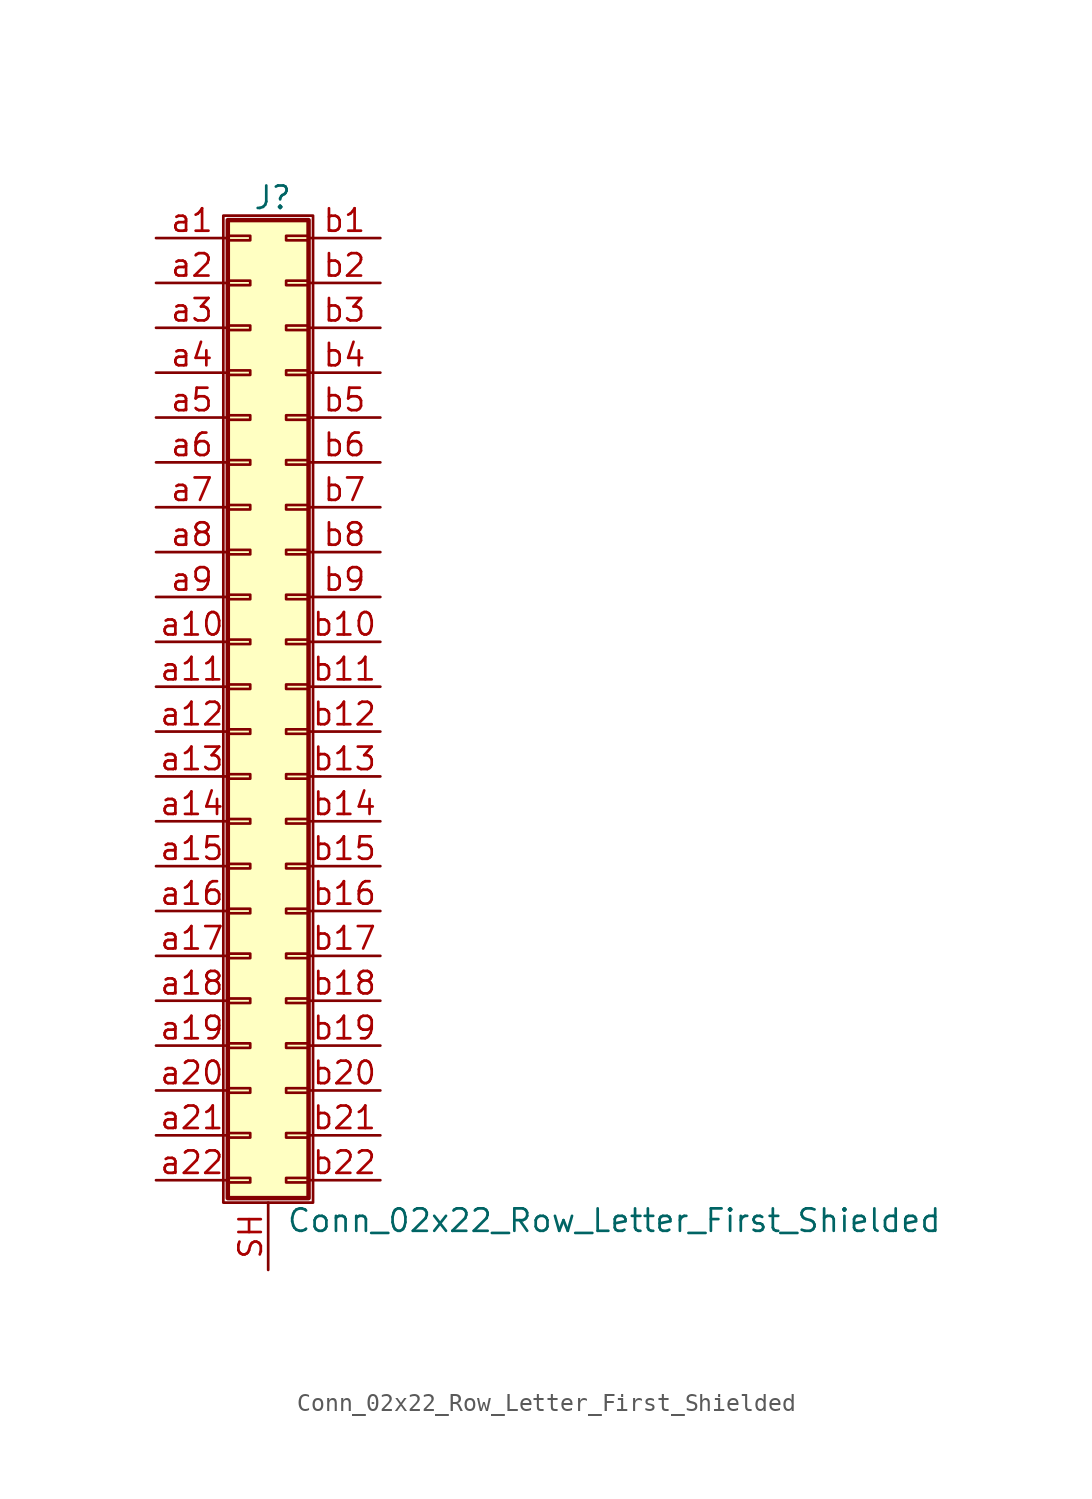
<source format=kicad_sym>
(kicad_symbol_lib
  (version 20211014)
  (generator kicad_symbol_editor)
  (symbol "Conn_02x22_Row_Letter_First_Shielded"
    (pin_names
      (offset 1.016) hide)
    (property "Reference" "J"
      (at 1.524 27.686 0)
      (effects (font (size 1.27 1.27))))
    (property "Value" "Conn_02x22_Row_Letter_First_Shielded"
      (at 2.286 -30.226 0)
      (effects (font (size 1.27 1.27)) (justify left)))
    (symbol "Conn_02x22_Row_Letter_First_Shielded_1_1"
      (rectangle (start -1.27 26.67) (end 3.81 -29.21) (stroke (width 0.152) (type default) (color 0 0 0 0)) (fill (type none)))
      (rectangle (start -1.016 -27.813) (end 0.254 -28.067) (stroke (width 0.152) (type default) (color 0 0 0 0)) (fill (type none)))
      (rectangle (start -1.016 -25.273) (end 0.254 -25.527) (stroke (width 0.152) (type default) (color 0 0 0 0)) (fill (type none)))
      (rectangle (start -1.016 -22.733) (end 0.254 -22.987) (stroke (width 0.152) (type default) (color 0 0 0 0)) (fill (type none)))
      (rectangle (start -1.016 -20.193) (end 0.254 -20.447) (stroke (width 0.152) (type default) (color 0 0 0 0)) (fill (type none)))
      (rectangle (start -1.016 -17.653) (end 0.254 -17.907) (stroke (width 0.152) (type default) (color 0 0 0 0)) (fill (type none)))
      (rectangle (start -1.016 -15.113) (end 0.254 -15.367) (stroke (width 0.152) (type default) (color 0 0 0 0)) (fill (type none)))
      (rectangle (start -1.016 -12.573) (end 0.254 -12.827) (stroke (width 0.152) (type default) (color 0 0 0 0)) (fill (type none)))
      (rectangle (start -1.016 -10.033) (end 0.254 -10.287) (stroke (width 0.152) (type default) (color 0 0 0 0)) (fill (type none)))
      (rectangle (start -1.016 -7.493) (end 0.254 -7.747) (stroke (width 0.152) (type default) (color 0 0 0 0)) (fill (type none)))
      (rectangle (start -1.016 -4.953) (end 0.254 -5.207) (stroke (width 0.152) (type default) (color 0 0 0 0)) (fill (type none)))
      (rectangle (start -1.016 -2.413) (end 0.254 -2.667) (stroke (width 0.152) (type default) (color 0 0 0 0)) (fill (type none)))
      (rectangle (start -1.016 0.127) (end 0.254 -0.127) (stroke (width 0.152) (type default) (color 0 0 0 0)) (fill (type none)))
      (rectangle (start -1.016 2.667) (end 0.254 2.413) (stroke (width 0.152) (type default) (color 0 0 0 0)) (fill (type none)))
      (rectangle (start -1.016 5.207) (end 0.254 4.953) (stroke (width 0.152) (type default) (color 0 0 0 0)) (fill (type none)))
      (rectangle (start -1.016 7.747) (end 0.254 7.493) (stroke (width 0.152) (type default) (color 0 0 0 0)) (fill (type none)))
      (rectangle (start -1.016 10.287) (end 0.254 10.033) (stroke (width 0.152) (type default) (color 0 0 0 0)) (fill (type none)))
      (rectangle (start -1.016 12.827) (end 0.254 12.573) (stroke (width 0.152) (type default) (color 0 0 0 0)) (fill (type none)))
      (rectangle (start -1.016 15.367) (end 0.254 15.113) (stroke (width 0.152) (type default) (color 0 0 0 0)) (fill (type none)))
      (rectangle (start -1.016 17.907) (end 0.254 17.653) (stroke (width 0.152) (type default) (color 0 0 0 0)) (fill (type none)))
      (rectangle (start -1.016 20.447) (end 0.254 20.193) (stroke (width 0.152) (type default) (color 0 0 0 0)) (fill (type none)))
      (rectangle (start -1.016 22.987) (end 0.254 22.733) (stroke (width 0.152) (type default) (color 0 0 0 0)) (fill (type none)))
      (rectangle (start -1.016 25.527) (end 0.254 25.273) (stroke (width 0.152) (type default) (color 0 0 0 0)) (fill (type none)))
      (rectangle (start -1.016 26.416) (end 3.556 -28.956) (stroke (width 0.254) (type default) (color 0 0 0 0)) (fill (type background)))
      (rectangle (start 3.556 -27.813) (end 2.286 -28.067) (stroke (width 0.152) (type default) (color 0 0 0 0)) (fill (type none)))
      (rectangle (start 3.556 -25.273) (end 2.286 -25.527) (stroke (width 0.152) (type default) (color 0 0 0 0)) (fill (type none)))
      (rectangle (start 3.556 -22.733) (end 2.286 -22.987) (stroke (width 0.152) (type default) (color 0 0 0 0)) (fill (type none)))
      (rectangle (start 3.556 -20.193) (end 2.286 -20.447) (stroke (width 0.152) (type default) (color 0 0 0 0)) (fill (type none)))
      (rectangle (start 3.556 -17.653) (end 2.286 -17.907) (stroke (width 0.152) (type default) (color 0 0 0 0)) (fill (type none)))
      (rectangle (start 3.556 -15.113) (end 2.286 -15.367) (stroke (width 0.152) (type default) (color 0 0 0 0)) (fill (type none)))
      (rectangle (start 3.556 -12.573) (end 2.286 -12.827) (stroke (width 0.152) (type default) (color 0 0 0 0)) (fill (type none)))
      (rectangle (start 3.556 -10.033) (end 2.286 -10.287) (stroke (width 0.152) (type default) (color 0 0 0 0)) (fill (type none)))
      (rectangle (start 3.556 -7.493) (end 2.286 -7.747) (stroke (width 0.152) (type default) (color 0 0 0 0)) (fill (type none)))
      (rectangle (start 3.556 -4.953) (end 2.286 -5.207) (stroke (width 0.152) (type default) (color 0 0 0 0)) (fill (type none)))
      (rectangle (start 3.556 -2.413) (end 2.286 -2.667) (stroke (width 0.152) (type default) (color 0 0 0 0)) (fill (type none)))
      (rectangle (start 3.556 0.127) (end 2.286 -0.127) (stroke (width 0.152) (type default) (color 0 0 0 0)) (fill (type none)))
      (rectangle (start 3.556 2.667) (end 2.286 2.413) (stroke (width 0.152) (type default) (color 0 0 0 0)) (fill (type none)))
      (rectangle (start 3.556 5.207) (end 2.286 4.953) (stroke (width 0.152) (type default) (color 0 0 0 0)) (fill (type none)))
      (rectangle (start 3.556 7.747) (end 2.286 7.493) (stroke (width 0.152) (type default) (color 0 0 0 0)) (fill (type none)))
      (rectangle (start 3.556 10.287) (end 2.286 10.033) (stroke (width 0.152) (type default) (color 0 0 0 0)) (fill (type none)))
      (rectangle (start 3.556 12.827) (end 2.286 12.573) (stroke (width 0.152) (type default) (color 0 0 0 0)) (fill (type none)))
      (rectangle (start 3.556 15.367) (end 2.286 15.113) (stroke (width 0.152) (type default) (color 0 0 0 0)) (fill (type none)))
      (rectangle (start 3.556 17.907) (end 2.286 17.653) (stroke (width 0.152) (type default) (color 0 0 0 0)) (fill (type none)))
      (rectangle (start 3.556 20.447) (end 2.286 20.193) (stroke (width 0.152) (type default) (color 0 0 0 0)) (fill (type none)))
      (rectangle (start 3.556 22.987) (end 2.286 22.733) (stroke (width 0.152) (type default) (color 0 0 0 0)) (fill (type none)))
      (rectangle (start 3.556 25.527) (end 2.286 25.273) (stroke (width 0.152) (type default) (color 0 0 0 0)) (fill (type none)))
      (pin passive line (at 1.27 -33.02 90) (length 3.81) (name "Shield" (effects (font (size 1.27 1.27)))) (number "SH" (effects (font (size 1.27 1.27)))))
      (pin passive line (at -5.08 25.4 0) (length 4.064) (name "Pin_a1" (effects (font (size 1.27 1.27)))) (number "a1" (effects (font (size 1.27 1.27)))))
      (pin passive line (at -5.08 2.54 0) (length 4.064) (name "Pin_a10" (effects (font (size 1.27 1.27)))) (number "a10" (effects (font (size 1.27 1.27)))))
      (pin passive line (at -5.08 0 0) (length 4.064) (name "Pin_a11" (effects (font (size 1.27 1.27)))) (number "a11" (effects (font (size 1.27 1.27)))))
      (pin passive line (at -5.08 -2.54 0) (length 4.064) (name "Pin_a12" (effects (font (size 1.27 1.27)))) (number "a12" (effects (font (size 1.27 1.27)))))
      (pin passive line (at -5.08 -5.08 0) (length 4.064) (name "Pin_a13" (effects (font (size 1.27 1.27)))) (number "a13" (effects (font (size 1.27 1.27)))))
      (pin passive line (at -5.08 -7.62 0) (length 4.064) (name "Pin_a14" (effects (font (size 1.27 1.27)))) (number "a14" (effects (font (size 1.27 1.27)))))
      (pin passive line (at -5.08 -10.16 0) (length 4.064) (name "Pin_a15" (effects (font (size 1.27 1.27)))) (number "a15" (effects (font (size 1.27 1.27)))))
      (pin passive line (at -5.08 -12.7 0) (length 4.064) (name "Pin_a16" (effects (font (size 1.27 1.27)))) (number "a16" (effects (font (size 1.27 1.27)))))
      (pin passive line (at -5.08 -15.24 0) (length 4.064) (name "Pin_a17" (effects (font (size 1.27 1.27)))) (number "a17" (effects (font (size 1.27 1.27)))))
      (pin passive line (at -5.08 -17.78 0) (length 4.064) (name "Pin_a18" (effects (font (size 1.27 1.27)))) (number "a18" (effects (font (size 1.27 1.27)))))
      (pin passive line (at -5.08 -20.32 0) (length 4.064) (name "Pin_a19" (effects (font (size 1.27 1.27)))) (number "a19" (effects (font (size 1.27 1.27)))))
      (pin passive line (at -5.08 22.86 0) (length 4.064) (name "Pin_a2" (effects (font (size 1.27 1.27)))) (number "a2" (effects (font (size 1.27 1.27)))))
      (pin passive line (at -5.08 -22.86 0) (length 4.064) (name "Pin_a20" (effects (font (size 1.27 1.27)))) (number "a20" (effects (font (size 1.27 1.27)))))
      (pin passive line (at -5.08 -25.4 0) (length 4.064) (name "Pin_a21" (effects (font (size 1.27 1.27)))) (number "a21" (effects (font (size 1.27 1.27)))))
      (pin passive line (at -5.08 -27.94 0) (length 4.064) (name "Pin_a22" (effects (font (size 1.27 1.27)))) (number "a22" (effects (font (size 1.27 1.27)))))
      (pin passive line (at -5.08 20.32 0) (length 4.064) (name "Pin_a3" (effects (font (size 1.27 1.27)))) (number "a3" (effects (font (size 1.27 1.27)))))
      (pin passive line (at -5.08 17.78 0) (length 4.064) (name "Pin_a4" (effects (font (size 1.27 1.27)))) (number "a4" (effects (font (size 1.27 1.27)))))
      (pin passive line (at -5.08 15.24 0) (length 4.064) (name "Pin_a5" (effects (font (size 1.27 1.27)))) (number "a5" (effects (font (size 1.27 1.27)))))
      (pin passive line (at -5.08 12.7 0) (length 4.064) (name "Pin_a6" (effects (font (size 1.27 1.27)))) (number "a6" (effects (font (size 1.27 1.27)))))
      (pin passive line (at -5.08 10.16 0) (length 4.064) (name "Pin_a7" (effects (font (size 1.27 1.27)))) (number "a7" (effects (font (size 1.27 1.27)))))
      (pin passive line (at -5.08 7.62 0) (length 4.064) (name "Pin_a8" (effects (font (size 1.27 1.27)))) (number "a8" (effects (font (size 1.27 1.27)))))
      (pin passive line (at -5.08 5.08 0) (length 4.064) (name "Pin_a9" (effects (font (size 1.27 1.27)))) (number "a9" (effects (font (size 1.27 1.27)))))
      (pin passive line (at 7.62 25.4 180) (length 4.064) (name "Pin_b1" (effects (font (size 1.27 1.27)))) (number "b1" (effects (font (size 1.27 1.27)))))
      (pin passive line (at 7.62 2.54 180) (length 4.064) (name "Pin_b10" (effects (font (size 1.27 1.27)))) (number "b10" (effects (font (size 1.27 1.27)))))
      (pin passive line (at 7.62 0 180) (length 4.064) (name "Pin_b11" (effects (font (size 1.27 1.27)))) (number "b11" (effects (font (size 1.27 1.27)))))
      (pin passive line (at 7.62 -2.54 180) (length 4.064) (name "Pin_b12" (effects (font (size 1.27 1.27)))) (number "b12" (effects (font (size 1.27 1.27)))))
      (pin passive line (at 7.62 -5.08 180) (length 4.064) (name "Pin_b13" (effects (font (size 1.27 1.27)))) (number "b13" (effects (font (size 1.27 1.27)))))
      (pin passive line (at 7.62 -7.62 180) (length 4.064) (name "Pin_b14" (effects (font (size 1.27 1.27)))) (number "b14" (effects (font (size 1.27 1.27)))))
      (pin passive line (at 7.62 -10.16 180) (length 4.064) (name "Pin_b15" (effects (font (size 1.27 1.27)))) (number "b15" (effects (font (size 1.27 1.27)))))
      (pin passive line (at 7.62 -12.7 180) (length 4.064) (name "Pin_b16" (effects (font (size 1.27 1.27)))) (number "b16" (effects (font (size 1.27 1.27)))))
      (pin passive line (at 7.62 -15.24 180) (length 4.064) (name "Pin_b17" (effects (font (size 1.27 1.27)))) (number "b17" (effects (font (size 1.27 1.27)))))
      (pin passive line (at 7.62 -17.78 180) (length 4.064) (name "Pin_b18" (effects (font (size 1.27 1.27)))) (number "b18" (effects (font (size 1.27 1.27)))))
      (pin passive line (at 7.62 -20.32 180) (length 4.064) (name "Pin_b19" (effects (font (size 1.27 1.27)))) (number "b19" (effects (font (size 1.27 1.27)))))
      (pin passive line (at 7.62 22.86 180) (length 4.064) (name "Pin_b2" (effects (font (size 1.27 1.27)))) (number "b2" (effects (font (size 1.27 1.27)))))
      (pin passive line (at 7.62 -22.86 180) (length 4.064) (name "Pin_b20" (effects (font (size 1.27 1.27)))) (number "b20" (effects (font (size 1.27 1.27)))))
      (pin passive line (at 7.62 -25.4 180) (length 4.064) (name "Pin_b21" (effects (font (size 1.27 1.27)))) (number "b21" (effects (font (size 1.27 1.27)))))
      (pin passive line (at 7.62 -27.94 180) (length 4.064) (name "Pin_b22" (effects (font (size 1.27 1.27)))) (number "b22" (effects (font (size 1.27 1.27)))))
      (pin passive line (at 7.62 20.32 180) (length 4.064) (name "Pin_b3" (effects (font (size 1.27 1.27)))) (number "b3" (effects (font (size 1.27 1.27)))))
      (pin passive line (at 7.62 17.78 180) (length 4.064) (name "Pin_b4" (effects (font (size 1.27 1.27)))) (number "b4" (effects (font (size 1.27 1.27)))))
      (pin passive line (at 7.62 15.24 180) (length 4.064) (name "Pin_b5" (effects (font (size 1.27 1.27)))) (number "b5" (effects (font (size 1.27 1.27)))))
      (pin passive line (at 7.62 12.7 180) (length 4.064) (name "Pin_b6" (effects (font (size 1.27 1.27)))) (number "b6" (effects (font (size 1.27 1.27)))))
      (pin passive line (at 7.62 10.16 180) (length 4.064) (name "Pin_b7" (effects (font (size 1.27 1.27)))) (number "b7" (effects (font (size 1.27 1.27)))))
      (pin passive line (at 7.62 7.62 180) (length 4.064) (name "Pin_b8" (effects (font (size 1.27 1.27)))) (number "b8" (effects (font (size 1.27 1.27)))))
      (pin passive line (at 7.62 5.08 180) (length 4.064) (name "Pin_b9" (effects (font (size 1.27 1.27)))) (number "b9" (effects (font (size 1.27 1.27))))))))
</source>
